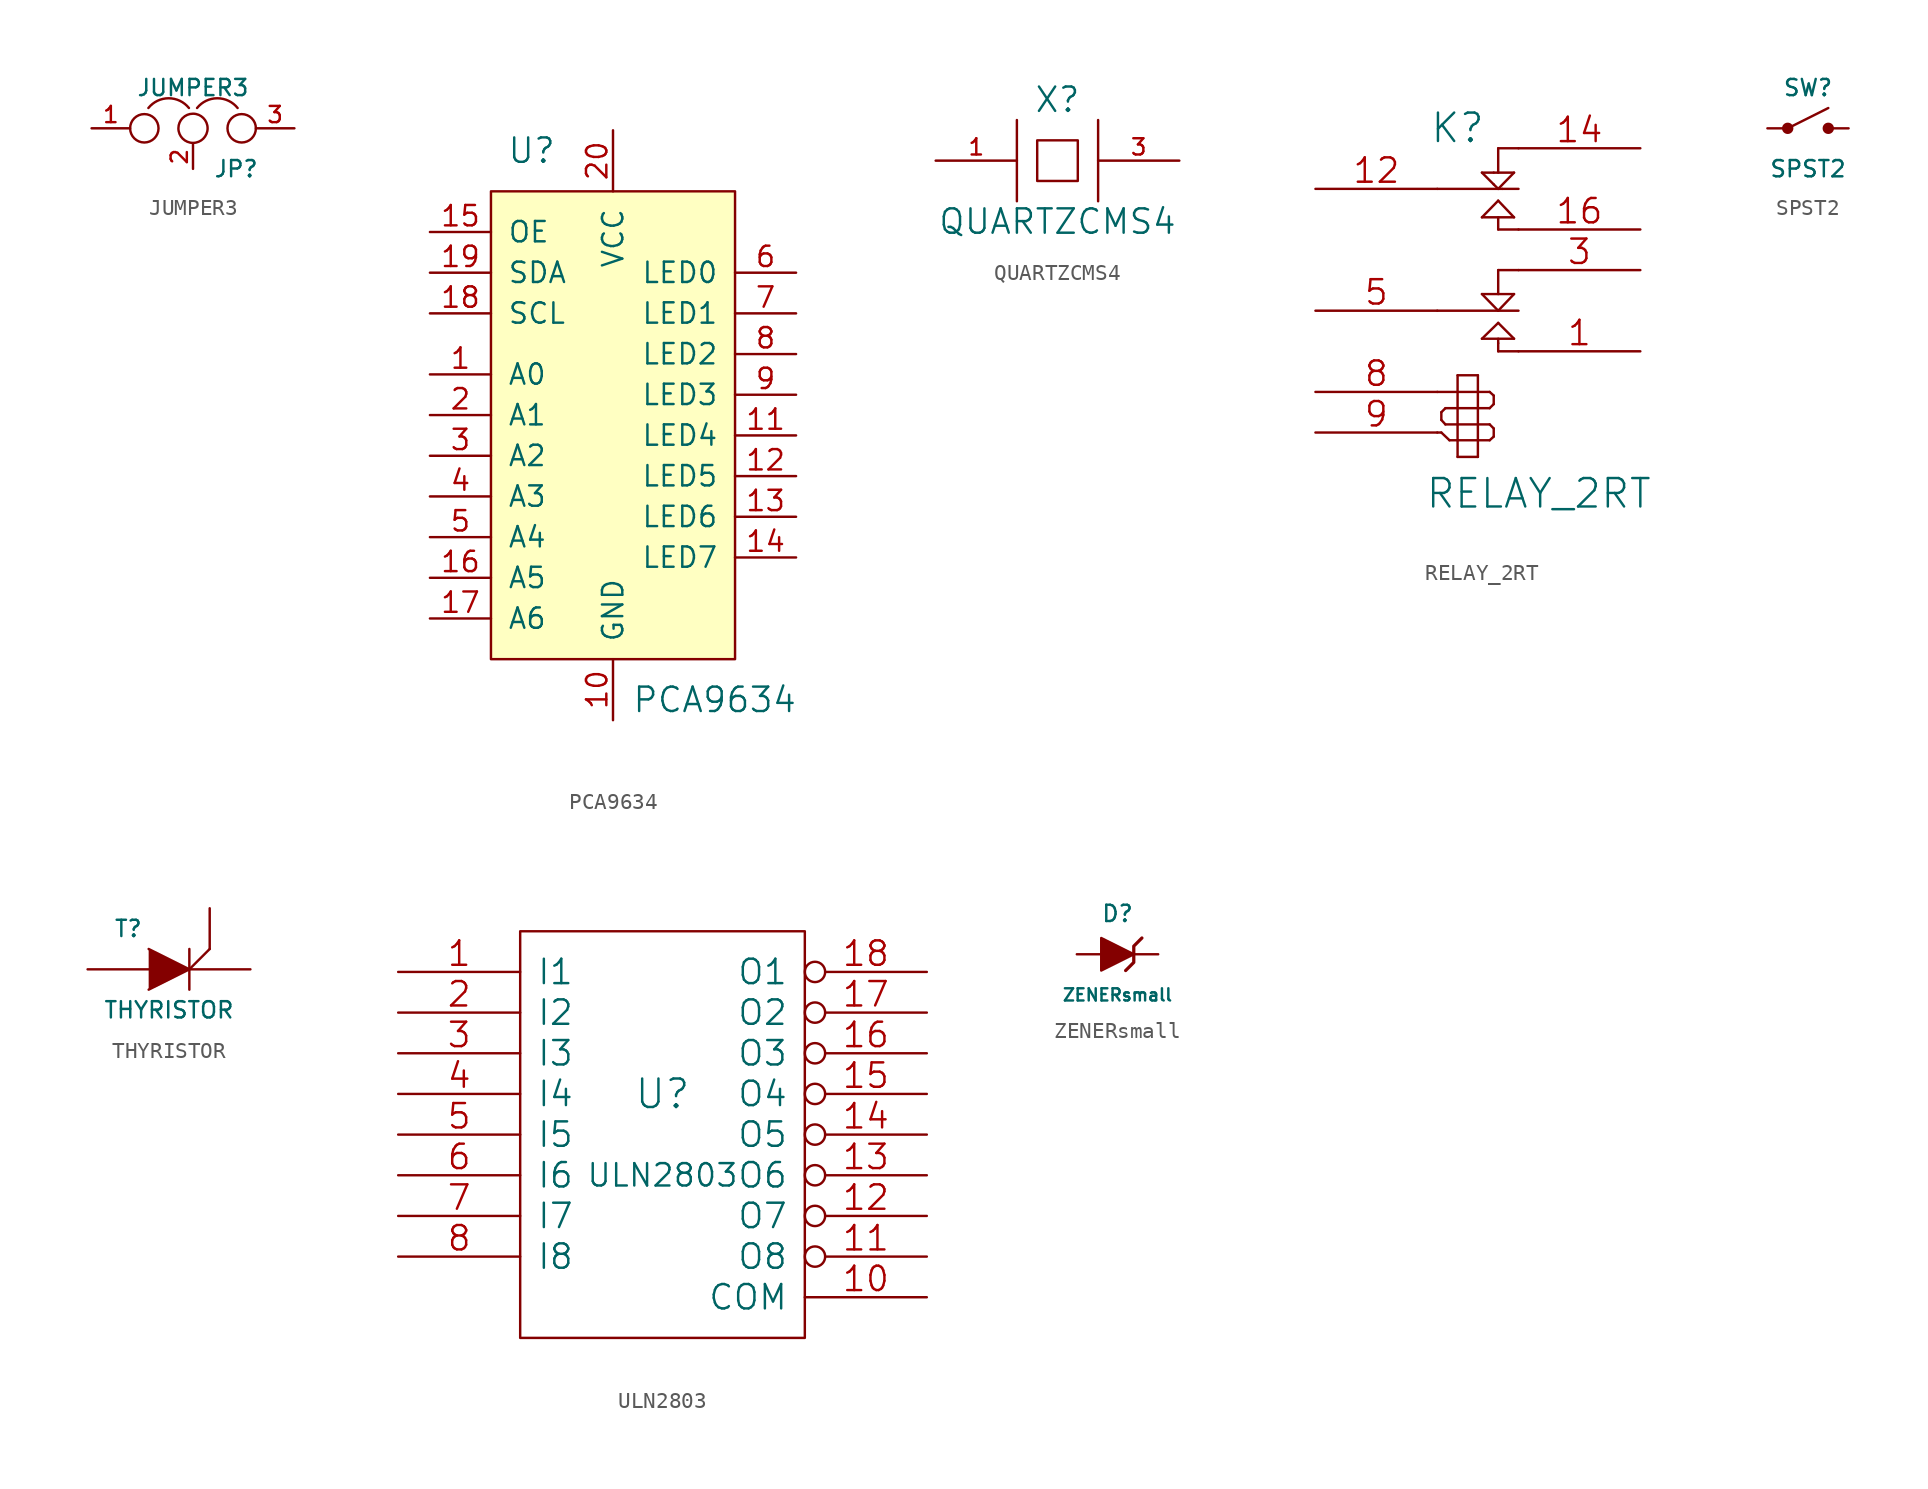
<source format=kicad_sym>
(kicad_symbol_lib
  (version 20231120)
  (generator "kicad_symbol_editor")
  (generator_version "8.0")
  (symbol "JUMPER3"
    (pin_names
      (offset 0.762) hide)
    (property "Reference" "JP"
      (at 1.27 -2.54 0)
      (effects (font (size 1.016 1.016)) (justify left)))
    (property "Value" "JUMPER3"
      (at 0 2.54 0)
      (effects (font (size 1.016 1.016))))
    (property "Footprint" ""
      (at 0 0 0)
      (effects (font (size 1.524 1.524))))
    (property "Datasheet" ""
      (at 0 0 0)
      (effects (font (size 1.524 1.524))))
    (symbol "JUMPER3_0_1"
      (circle (center -3.048 0) (radius 0.889) (stroke (width 0) (type solid)) (fill (type none)))
      (arc (start -0.254 1.27) (mid -1.524 1.8804) (end -2.794 1.27) (stroke (width 0) (type solid)) (fill (type none)))
      (circle (center 0 0) (radius 0.914) (stroke (width 0) (type solid)) (fill (type none)))
      (arc (start 2.794 1.27) (mid 1.524 1.8804) (end 0.254 1.27) (stroke (width 0) (type solid)) (fill (type none)))
      (circle (center 3.048 0) (radius 0.889) (stroke (width 0) (type solid)) (fill (type none)))
      (pin passive line (at -6.35 0 0) (length 2.413) (name "1" (effects (font (size 1.016 1.016)))) (number "1" (effects (font (size 1.016 1.016)))))
      (pin passive line (at 0 -2.54 90) (length 1.524) (name "2" (effects (font (size 1.016 1.016)))) (number "2" (effects (font (size 1.016 1.016)))))
      (pin passive line (at 6.35 0 180) (length 2.413) (name "3" (effects (font (size 1.016 1.016)))) (number "3" (effects (font (size 1.016 1.016)))))))
  (symbol "PCA9634"
    (pin_names
      (offset 1.016))
    (property "Reference" "U"
      (at -5.08 16.51 0)
      (effects (font (size 1.524 1.524))))
    (property "Value" "PCA9634"
      (at 6.35 -17.78 0)
      (effects (font (size 1.524 1.524))))
    (property "Footprint" ""
      (at 0 6.35 0)
      (effects (font (size 1.524 1.524))))
    (property "Datasheet" ""
      (at 0 6.35 0)
      (effects (font (size 1.524 1.524))))
    (symbol "PCA9634_0_1"
      (rectangle (start -7.62 13.97) (end 7.62 -15.24) (stroke (width 0) (type solid)) (fill (type background))))
    (symbol "PCA9634_1_1"
      (pin input line (at -11.43 2.54 0) (length 3.81) (name "A0" (effects (font (size 1.27 1.27)))) (number "1" (effects (font (size 1.27 1.27)))))
      (pin input line (at 0 -19.05 90) (length 3.81) (name "GND" (effects (font (size 1.27 1.27)))) (number "10" (effects (font (size 1.27 1.27)))))
      (pin input line (at 11.43 -1.27 180) (length 3.81) (name "LED4" (effects (font (size 1.27 1.27)))) (number "11" (effects (font (size 1.27 1.27)))))
      (pin input line (at 11.43 -3.81 180) (length 3.81) (name "LED5" (effects (font (size 1.27 1.27)))) (number "12" (effects (font (size 1.27 1.27)))))
      (pin input line (at 11.43 -6.35 180) (length 3.81) (name "LED6" (effects (font (size 1.27 1.27)))) (number "13" (effects (font (size 1.27 1.27)))))
      (pin input line (at 11.43 -8.89 180) (length 3.81) (name "LED7" (effects (font (size 1.27 1.27)))) (number "14" (effects (font (size 1.27 1.27)))))
      (pin input line (at -11.43 11.43 0) (length 3.81) (name "OE" (effects (font (size 1.27 1.27)))) (number "15" (effects (font (size 1.27 1.27)))))
      (pin input line (at -11.43 -10.16 0) (length 3.81) (name "A5" (effects (font (size 1.27 1.27)))) (number "16" (effects (font (size 1.27 1.27)))))
      (pin input line (at -11.43 -12.7 0) (length 3.81) (name "A6" (effects (font (size 1.27 1.27)))) (number "17" (effects (font (size 1.27 1.27)))))
      (pin input line (at -11.43 6.35 0) (length 3.81) (name "SCL" (effects (font (size 1.27 1.27)))) (number "18" (effects (font (size 1.27 1.27)))))
      (pin input line (at -11.43 8.89 0) (length 3.81) (name "SDA" (effects (font (size 1.27 1.27)))) (number "19" (effects (font (size 1.27 1.27)))))
      (pin input line (at -11.43 0 0) (length 3.81) (name "A1" (effects (font (size 1.27 1.27)))) (number "2" (effects (font (size 1.27 1.27)))))
      (pin input line (at 0 17.78 270) (length 3.81) (name "VCC" (effects (font (size 1.27 1.27)))) (number "20" (effects (font (size 1.27 1.27)))))
      (pin input line (at -11.43 -2.54 0) (length 3.81) (name "A2" (effects (font (size 1.27 1.27)))) (number "3" (effects (font (size 1.27 1.27)))))
      (pin input line (at -11.43 -5.08 0) (length 3.81) (name "A3" (effects (font (size 1.27 1.27)))) (number "4" (effects (font (size 1.27 1.27)))))
      (pin input line (at -11.43 -7.62 0) (length 3.81) (name "A4" (effects (font (size 1.27 1.27)))) (number "5" (effects (font (size 1.27 1.27)))))
      (pin input line (at 11.43 8.89 180) (length 3.81) (name "LED0" (effects (font (size 1.27 1.27)))) (number "6" (effects (font (size 1.27 1.27)))))
      (pin input line (at 11.43 6.35 180) (length 3.81) (name "LED1" (effects (font (size 1.27 1.27)))) (number "7" (effects (font (size 1.27 1.27)))))
      (pin input line (at 11.43 3.81 180) (length 3.81) (name "LED2" (effects (font (size 1.27 1.27)))) (number "8" (effects (font (size 1.27 1.27)))))
      (pin input line (at 11.43 1.27 180) (length 3.81) (name "LED3" (effects (font (size 1.27 1.27)))) (number "9" (effects (font (size 1.27 1.27)))))))
  (symbol "QUARTZCMS4"
    (pin_names
      (offset 1.016) hide)
    (property "Reference" "X"
      (at 0 3.81 0)
      (effects (font (size 1.524 1.524))))
    (property "Value" "QUARTZCMS4"
      (at 0 -3.81 0)
      (effects (font (size 1.524 1.524))))
    (property "Footprint" ""
      (at 0 0 0)
      (effects (font (size 1.524 1.524))))
    (property "Datasheet" ""
      (at 0 0 0)
      (effects (font (size 1.524 1.524))))
    (symbol "QUARTZCMS4_0_1"
      (polyline (pts (xy -2.54 2.54) (xy -2.54 -2.54)) (stroke (width 0) (type solid)) (fill (type none)))
      (polyline (pts (xy 2.54 2.54) (xy 2.54 -2.54)) (stroke (width 0) (type solid)) (fill (type none)))
      (polyline (pts (xy -1.27 1.27) (xy 1.27 1.27) (xy 1.27 -1.27) (xy -1.27 -1.27) (xy -1.27 1.27)) (stroke (width 0) (type solid)) (fill (type none))))
    (symbol "QUARTZCMS4_1_1"
      (pin passive line (at -7.62 0 0) (length 5.08) (name "1" (effects (font (size 1.016 1.016)))) (number "1" (effects (font (size 1.016 1.016)))))
      (pin passive line (at 7.62 0 180) (length 5.08) (name "3" (effects (font (size 1.016 1.016)))) (number "3" (effects (font (size 1.016 1.016)))))))
  (symbol "RELAY_2RT"
    (pin_names
      (offset 1.016) hide)
    (property "Reference" "K"
      (at -1.27 10.16 0)
      (effects (font (size 1.778 1.778))))
    (property "Value" "RELAY_2RT"
      (at 3.81 -12.7 0)
      (effects (font (size 1.778 1.778))))
    (property "Footprint" ""
      (at 0 0 0)
      (effects (font (size 1.524 1.524))))
    (property "Datasheet" ""
      (at 0 0 0)
      (effects (font (size 1.524 1.524))))
    (symbol "RELAY_2RT_0_1"
      (polyline (pts (xy -2.54 -8.89) (xy -2.286 -8.89)) (stroke (width 0) (type solid)) (fill (type none)))
      (polyline (pts (xy -2.54 -6.35) (xy -1.27 -6.35)) (stroke (width 0) (type solid)) (fill (type none)))
      (polyline (pts (xy -2.54 -1.27) (xy 1.27 -1.27)) (stroke (width 0) (type solid)) (fill (type none)))
      (polyline (pts (xy -2.286 -8.89) (xy -1.778 -9.373)) (stroke (width 0) (type solid)) (fill (type none)))
      (polyline (pts (xy -2.286 -8.103) (xy -2.286 -7.62)) (stroke (width 0) (type solid)) (fill (type none)))
      (polyline (pts (xy -2.032 -8.382) (xy -2.286 -8.103)) (stroke (width 0) (type solid)) (fill (type none)))
      (polyline (pts (xy -2.032 -7.366) (xy -2.286 -7.62)) (stroke (width 0) (type solid)) (fill (type none)))
      (polyline (pts (xy -1.778 -9.373) (xy -1.27 -9.373)) (stroke (width 0) (type solid)) (fill (type none)))
      (polyline (pts (xy -1.27 -10.414) (xy -1.27 -5.309)) (stroke (width 0) (type solid)) (fill (type none)))
      (polyline (pts (xy -1.27 -8.382) (xy -2.032 -8.382)) (stroke (width 0) (type solid)) (fill (type none)))
      (polyline (pts (xy -1.27 -8.382) (xy 0 -8.382)) (stroke (width 0) (type solid)) (fill (type none)))
      (polyline (pts (xy -1.27 -7.366) (xy -2.032 -7.366)) (stroke (width 0) (type solid)) (fill (type none)))
      (polyline (pts (xy -1.27 -6.35) (xy 0 -6.35)) (stroke (width 0) (type solid)) (fill (type none)))
      (polyline (pts (xy -1.27 -5.309) (xy 0 -5.309)) (stroke (width 0) (type solid)) (fill (type none)))
      (polyline (pts (xy 0 -10.414) (xy -1.27 -10.414)) (stroke (width 0) (type solid)) (fill (type none)))
      (polyline (pts (xy 0 -9.373) (xy -1.27 -9.373)) (stroke (width 0) (type solid)) (fill (type none)))
      (polyline (pts (xy 0 -9.373) (xy 0.737 -9.373)) (stroke (width 0) (type solid)) (fill (type none)))
      (polyline (pts (xy 0 -8.382) (xy 0.737 -8.382)) (stroke (width 0) (type solid)) (fill (type none)))
      (polyline (pts (xy 0 -7.366) (xy -1.27 -7.366)) (stroke (width 0) (type solid)) (fill (type none)))
      (polyline (pts (xy 0 -7.366) (xy 0.737 -7.366)) (stroke (width 0) (type solid)) (fill (type none)))
      (polyline (pts (xy 0 -6.35) (xy 0.737 -6.35)) (stroke (width 0) (type solid)) (fill (type none)))
      (polyline (pts (xy 0 -5.309) (xy 0 -10.414)) (stroke (width 0) (type solid)) (fill (type none)))
      (polyline (pts (xy 0.254 -3.023) (xy 2.261 -3.023)) (stroke (width 0) (type solid)) (fill (type none)))
      (polyline (pts (xy 0.254 -0.229) (xy 2.261 -0.229)) (stroke (width 0) (type solid)) (fill (type none)))
      (polyline (pts (xy 0.254 4.572) (xy 1.27 5.613)) (stroke (width 0) (type solid)) (fill (type none)))
      (polyline (pts (xy 0.254 7.366) (xy 0.991 7.366)) (stroke (width 0) (type solid)) (fill (type none)))
      (polyline (pts (xy 0.737 -9.373) (xy 0.991 -9.144)) (stroke (width 0) (type solid)) (fill (type none)))
      (polyline (pts (xy 0.737 -8.382) (xy 0.991 -8.636)) (stroke (width 0) (type solid)) (fill (type none)))
      (polyline (pts (xy 0.737 -7.366) (xy 0.991 -7.112)) (stroke (width 0) (type solid)) (fill (type none)))
      (polyline (pts (xy 0.737 -6.35) (xy 0.991 -6.579)) (stroke (width 0) (type solid)) (fill (type none)))
      (polyline (pts (xy 0.991 -9.144) (xy 0.991 -8.636)) (stroke (width 0) (type solid)) (fill (type none)))
      (polyline (pts (xy 0.991 -6.579) (xy 0.991 -7.112)) (stroke (width 0) (type solid)) (fill (type none)))
      (polyline (pts (xy 0.991 6.629) (xy 0.254 7.366)) (stroke (width 0) (type solid)) (fill (type none)))
      (polyline (pts (xy 0.991 6.629) (xy 1.27 6.35)) (stroke (width 0) (type solid)) (fill (type none)))
      (polyline (pts (xy 0.991 7.366) (xy 2.261 7.366)) (stroke (width 0) (type solid)) (fill (type none)))
      (polyline (pts (xy 1.27 -3.81) (xy 1.27 -3.302)) (stroke (width 0) (type solid)) (fill (type none)))
      (polyline (pts (xy 1.27 -3.302) (xy 1.27 -3.023)) (stroke (width 0) (type solid)) (fill (type none)))
      (polyline (pts (xy 1.27 -2.032) (xy 0.254 -3.023)) (stroke (width 0) (type solid)) (fill (type none)))
      (polyline (pts (xy 1.27 -1.27) (xy 0.254 -0.229)) (stroke (width 0) (type solid)) (fill (type none)))
      (polyline (pts (xy 1.27 -1.27) (xy 2.54 -1.27)) (stroke (width 0) (type solid)) (fill (type none)))
      (polyline (pts (xy 1.27 1.27) (xy 1.27 -0.229)) (stroke (width 0) (type solid)) (fill (type none)))
      (polyline (pts (xy 1.27 1.27) (xy 2.54 1.27)) (stroke (width 0) (type solid)) (fill (type none)))
      (polyline (pts (xy 1.27 3.81) (xy 1.27 4.572)) (stroke (width 0) (type solid)) (fill (type none)))
      (polyline (pts (xy 1.27 3.81) (xy 2.54 3.81)) (stroke (width 0) (type solid)) (fill (type none)))
      (polyline (pts (xy 1.27 5.613) (xy 2.261 4.572)) (stroke (width 0) (type solid)) (fill (type none)))
      (polyline (pts (xy 1.27 6.35) (xy -2.54 6.35)) (stroke (width 0) (type solid)) (fill (type none)))
      (polyline (pts (xy 1.27 6.35) (xy 1.524 6.35)) (stroke (width 0) (type solid)) (fill (type none)))
      (polyline (pts (xy 1.27 8.89) (xy 1.27 7.366)) (stroke (width 0) (type solid)) (fill (type none)))
      (polyline (pts (xy 1.27 8.89) (xy 2.54 8.89)) (stroke (width 0) (type solid)) (fill (type none)))
      (polyline (pts (xy 1.524 6.35) (xy 2.54 6.35)) (stroke (width 0) (type solid)) (fill (type none)))
      (polyline (pts (xy 2.261 -3.023) (xy 1.27 -2.032)) (stroke (width 0) (type solid)) (fill (type none)))
      (polyline (pts (xy 2.261 -0.229) (xy 1.27 -1.27)) (stroke (width 0) (type solid)) (fill (type none)))
      (polyline (pts (xy 2.261 4.572) (xy 0.254 4.572)) (stroke (width 0) (type solid)) (fill (type none)))
      (polyline (pts (xy 2.261 7.366) (xy 1.27 6.35)) (stroke (width 0) (type solid)) (fill (type none)))
      (polyline (pts (xy 2.54 -3.81) (xy 1.27 -3.81)) (stroke (width 0) (type solid)) (fill (type none))))
    (symbol "RELAY_2RT_1_1"
      (pin passive line (at 10.16 -3.81 180) (length 7.62) (name "T1" (effects (font (size 1.524 1.524)))) (number "1" (effects (font (size 1.524 1.524)))))
      (pin passive line (at -10.16 6.35 0) (length 7.62) (name "C2" (effects (font (size 1.524 1.524)))) (number "12" (effects (font (size 1.524 1.524)))))
      (pin passive line (at 10.16 8.89 180) (length 7.62) (name "R2" (effects (font (size 1.524 1.524)))) (number "14" (effects (font (size 1.524 1.524)))))
      (pin passive line (at 10.16 3.81 180) (length 7.62) (name "T2" (effects (font (size 1.524 1.524)))) (number "16" (effects (font (size 1.524 1.524)))))
      (pin passive line (at 10.16 1.27 180) (length 7.62) (name "R1" (effects (font (size 1.524 1.524)))) (number "3" (effects (font (size 1.524 1.524)))))
      (pin passive line (at -10.16 -1.27 0) (length 7.62) (name "C1" (effects (font (size 1.524 1.524)))) (number "5" (effects (font (size 1.524 1.524)))))
      (pin input line (at -10.16 -6.35 0) (length 7.62) (name "8" (effects (font (size 1.524 1.524)))) (number "8" (effects (font (size 1.524 1.524)))))
      (pin input line (at -10.16 -8.89 0) (length 7.62) (name "9" (effects (font (size 1.524 1.524)))) (number "9" (effects (font (size 1.524 1.524)))))))
  (symbol "SPST2"
    (pin_numbers hide)
    (pin_names
      (offset 0))
    (property "Reference" "SW"
      (at 0 2.54 0)
      (effects (font (size 1.016 1.016))))
    (property "Value" "SPST2"
      (at 0 -2.54 0)
      (effects (font (size 1.016 1.016))))
    (property "Footprint" ""
      (at 0 0 0)
      (effects (font (size 1.524 1.524))))
    (property "Datasheet" ""
      (at 0 0 0)
      (effects (font (size 1.524 1.524))))
    (symbol "SPST2_0_0"
      (circle (center -1.27 0) (radius 0.279) (stroke (width 0) (type solid)) (fill (type outline)))
      (polyline (pts (xy -1.27 0) (xy 1.27 1.27)) (stroke (width 0) (type solid)) (fill (type none)))
      (circle (center 1.27 0) (radius 0.279) (stroke (width 0) (type solid)) (fill (type outline))))
    (symbol "SPST2_1_1"
      (pin input line (at -2.54 0 0) (length 1.27) (name "~" (effects (font (size 1.016 1.016)))) (number "1" (effects (font (size 1.016 1.016)))))
      (pin input line (at 2.54 0 180) (length 1.27) (name "~" (effects (font (size 1.016 1.016)))) (number "2" (effects (font (size 1.016 1.016)))))))
  (symbol "THYRISTOR"
    (pin_numbers hide)
    (pin_names
      (offset 1.016) hide)
    (property "Reference" "T"
      (at -2.54 2.54 0)
      (effects (font (size 1.016 1.016))))
    (property "Value" "THYRISTOR"
      (at 0 -2.54 0)
      (effects (font (size 1.016 1.016))))
    (property "Footprint" ""
      (at 0 0 0)
      (effects (font (size 1.524 1.524))))
    (property "Datasheet" ""
      (at 0 0 0)
      (effects (font (size 1.524 1.524))))
    (symbol "THYRISTOR_0_1"
      (polyline (pts (xy 1.27 1.27) (xy 1.27 -1.27)) (stroke (width 0) (type solid)) (fill (type none)))
      (polyline (pts (xy -1.27 1.27) (xy 1.27 0) (xy -1.27 -1.27)) (stroke (width 0) (type solid)) (fill (type outline)))
      (polyline (pts (xy 1.27 0) (xy 2.54 1.27) (xy 2.54 1.27) (xy 2.54 1.27)) (stroke (width 0) (type solid)) (fill (type none))))
    (symbol "THYRISTOR_1_1"
      (pin passive line (at -5.08 0 0) (length 3.81) (name "A" (effects (font (size 1.016 1.016)))) (number "A" (effects (font (size 1.016 1.016)))))
      (pin passive line (at 2.54 3.81 270) (length 2.54) (name "G" (effects (font (size 1.016 1.016)))) (number "G" (effects (font (size 1.016 1.016)))))
      (pin passive line (at 5.08 0 180) (length 3.81) (name "K" (effects (font (size 1.016 1.016)))) (number "K" (effects (font (size 1.016 1.016)))))))
  (symbol "ULN2803"
    (pin_names
      (offset 1.016))
    (property "Reference" "U"
      (at 0 2.54 0)
      (effects (font (size 1.778 1.778))))
    (property "Value" "ULN2803"
      (at 0 -2.54 0)
      (effects (font (size 1.397 1.397))))
    (property "Footprint" ""
      (at 0 0 0)
      (effects (font (size 1.524 1.524))))
    (property "Datasheet" ""
      (at 0 0 0)
      (effects (font (size 1.524 1.524))))
    (symbol "ULN2803_0_1"
      (rectangle (start -8.89 -12.7) (end 8.89 12.7) (stroke (width 0) (type solid)) (fill (type none))))
    (symbol "ULN2803_1_1"
      (pin input line (at -16.51 10.16 0) (length 7.62) (name "I1" (effects (font (size 1.524 1.524)))) (number "1" (effects (font (size 1.524 1.524)))))
      (pin input line (at 16.51 -10.16 180) (length 7.62) (name "COM" (effects (font (size 1.524 1.524)))) (number "10" (effects (font (size 1.524 1.524)))))
      (pin open_collector inverted (at 16.51 -7.62 180) (length 7.62) (name "O8" (effects (font (size 1.524 1.524)))) (number "11" (effects (font (size 1.524 1.524)))))
      (pin open_collector inverted (at 16.51 -5.08 180) (length 7.62) (name "O7" (effects (font (size 1.524 1.524)))) (number "12" (effects (font (size 1.524 1.524)))))
      (pin open_collector inverted (at 16.51 -2.54 180) (length 7.62) (name "O6" (effects (font (size 1.524 1.524)))) (number "13" (effects (font (size 1.524 1.524)))))
      (pin open_collector inverted (at 16.51 0 180) (length 7.62) (name "O5" (effects (font (size 1.524 1.524)))) (number "14" (effects (font (size 1.524 1.524)))))
      (pin open_collector inverted (at 16.51 2.54 180) (length 7.62) (name "O4" (effects (font (size 1.524 1.524)))) (number "15" (effects (font (size 1.524 1.524)))))
      (pin open_collector inverted (at 16.51 5.08 180) (length 7.62) (name "O3" (effects (font (size 1.524 1.524)))) (number "16" (effects (font (size 1.524 1.524)))))
      (pin open_collector inverted (at 16.51 7.62 180) (length 7.62) (name "O2" (effects (font (size 1.524 1.524)))) (number "17" (effects (font (size 1.524 1.524)))))
      (pin open_collector inverted (at 16.51 10.16 180) (length 7.62) (name "O1" (effects (font (size 1.524 1.524)))) (number "18" (effects (font (size 1.524 1.524)))))
      (pin input line (at -16.51 7.62 0) (length 7.62) (name "I2" (effects (font (size 1.524 1.524)))) (number "2" (effects (font (size 1.524 1.524)))))
      (pin input line (at -16.51 5.08 0) (length 7.62) (name "I3" (effects (font (size 1.524 1.524)))) (number "3" (effects (font (size 1.524 1.524)))))
      (pin input line (at -16.51 2.54 0) (length 7.62) (name "I4" (effects (font (size 1.524 1.524)))) (number "4" (effects (font (size 1.524 1.524)))))
      (pin input line (at -16.51 0 0) (length 7.62) (name "I5" (effects (font (size 1.524 1.524)))) (number "5" (effects (font (size 1.524 1.524)))))
      (pin input line (at -16.51 -2.54 0) (length 7.62) (name "I6" (effects (font (size 1.524 1.524)))) (number "6" (effects (font (size 1.524 1.524)))))
      (pin input line (at -16.51 -5.08 0) (length 7.62) (name "I7" (effects (font (size 1.524 1.524)))) (number "7" (effects (font (size 1.524 1.524)))))
      (pin input line (at -16.51 -7.62 0) (length 7.62) (name "I8" (effects (font (size 1.524 1.524)))) (number "8" (effects (font (size 1.524 1.524)))))
      (pin power_in line (at -8.89 -12.7 90) (length 0) hide (name "GND" (effects (font (size 1.524 1.524)))) (number "9" (effects (font (size 1.524 1.524)))))))
  (symbol "ZENERsmall"
    (pin_numbers hide)
    (pin_names
      (offset 1.016) hide)
    (property "Reference" "D"
      (at 0 2.54 0)
      (effects (font (size 1.016 1.016))))
    (property "Value" "ZENERsmall"
      (at 0 -2.54 0)
      (effects (font (size 0.762 0.762))))
    (property "Footprint" ""
      (at 0 0 0)
      (effects (font (size 1.524 1.524))))
    (property "Datasheet" ""
      (at 0 0 0)
      (effects (font (size 1.524 1.524))))
    (symbol "ZENERsmall_0_1"
      (polyline (pts (xy -1.016 1.016) (xy 1.016 0) (xy -1.016 -1.016) (xy -1.016 1.016)) (stroke (width 0) (type solid)) (fill (type outline)))
      (polyline (pts (xy 1.524 1.016) (xy 1.016 0.508) (xy 1.016 -0.508) (xy 0.508 -1.016)) (stroke (width 0.203) (type solid)) (fill (type none))))
    (symbol "ZENERsmall_1_1"
      (pin passive line (at -2.54 0 0) (length 1.524) (name "A" (effects (font (size 1.016 1.016)))) (number "1" (effects (font (size 1.016 1.016)))))
      (pin passive line (at 2.54 0 180) (length 1.524) (name "K" (effects (font (size 1.016 1.016)))) (number "2" (effects (font (size 1.016 1.016))))))))
</source>
